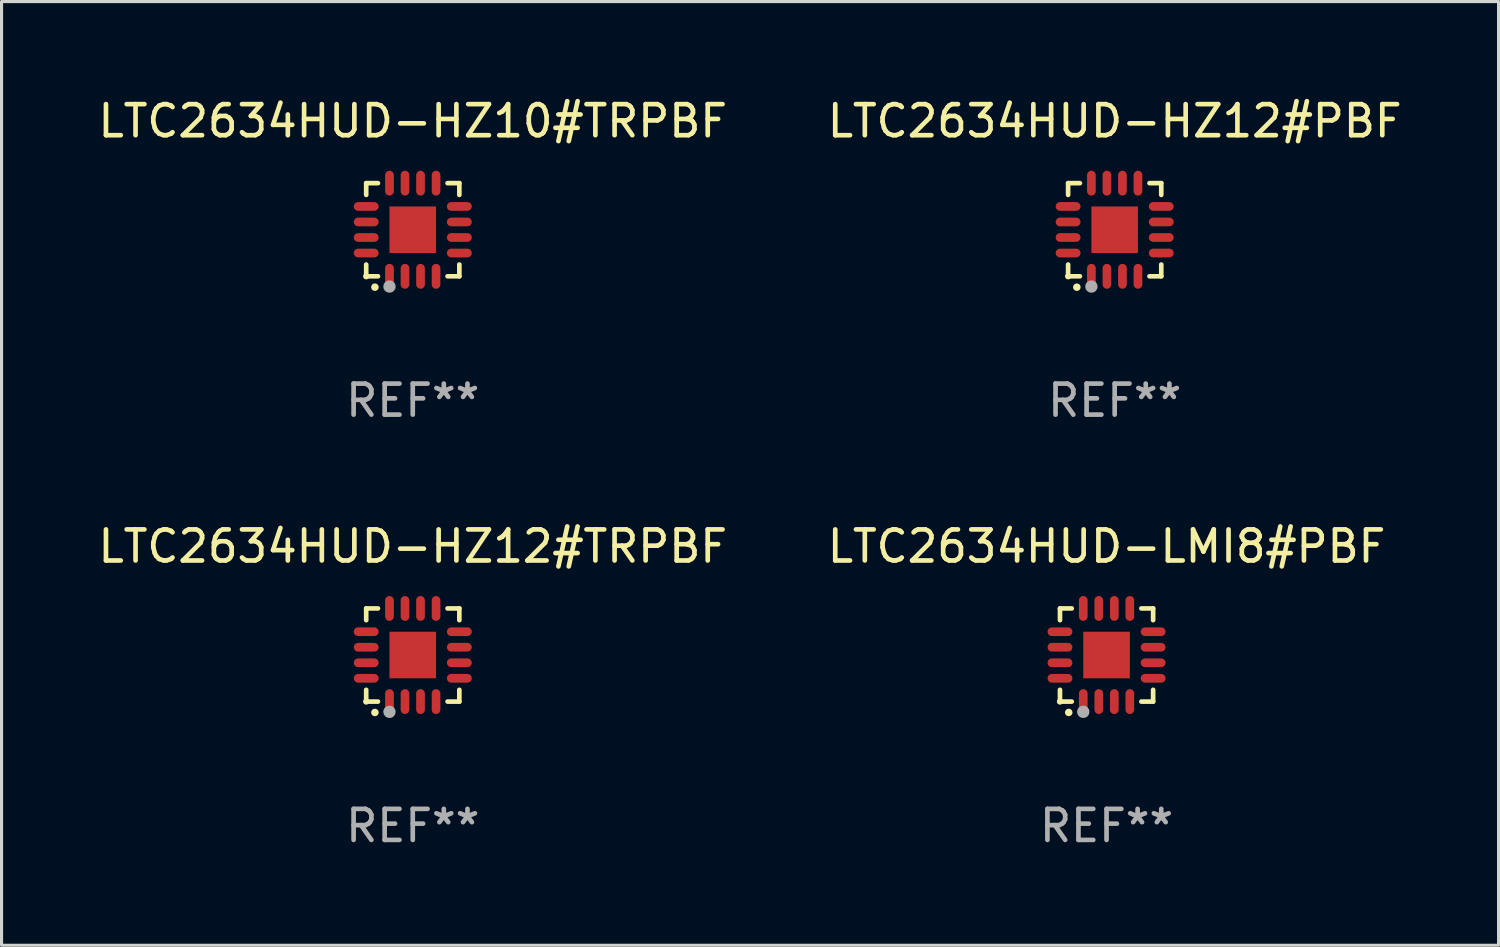
<source format=kicad_pcb>
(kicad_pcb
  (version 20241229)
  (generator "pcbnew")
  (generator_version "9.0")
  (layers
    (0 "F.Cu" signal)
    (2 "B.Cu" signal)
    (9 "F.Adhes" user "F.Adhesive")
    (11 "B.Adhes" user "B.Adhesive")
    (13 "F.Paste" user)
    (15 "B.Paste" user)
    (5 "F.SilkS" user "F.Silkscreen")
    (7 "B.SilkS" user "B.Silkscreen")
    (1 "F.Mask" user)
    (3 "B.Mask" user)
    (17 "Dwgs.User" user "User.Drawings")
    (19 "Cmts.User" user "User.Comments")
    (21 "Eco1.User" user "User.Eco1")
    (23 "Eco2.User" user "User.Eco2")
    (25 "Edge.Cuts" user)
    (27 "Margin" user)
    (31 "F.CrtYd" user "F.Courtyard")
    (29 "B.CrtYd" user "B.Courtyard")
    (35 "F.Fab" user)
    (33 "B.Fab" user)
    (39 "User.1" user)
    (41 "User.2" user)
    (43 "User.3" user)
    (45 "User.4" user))
  (footprint "LTC2634HUD-HZ10#TRPBF"
    (layer "F.Cu")
    (at 10.244 4.349)
    (property "Reference" "LTC2634HUD-HZ10#TRPBF" (at 0 -3.5 0) (layer "F.SilkS") (effects (font (size 1 1) (thickness 0.15))))
    (attr through_hole)
    (fp_line (start -1.5 -1.5) (end -1.121 -1.5) (stroke (width 0.15) (type solid)) (layer "F.SilkS"))
    (fp_line (start -1.5 -1.122) (end -1.5 -1.5) (stroke (width 0.15) (type solid)) (layer "F.SilkS"))
    (fp_line (start -1.5 1.5) (end -1.5 1.121) (stroke (width 0.15) (type solid)) (layer "F.SilkS"))
    (fp_line (start -1.121 1.5) (end -1.5 1.5) (stroke (width 0.15) (type solid)) (layer "F.SilkS"))
    (fp_line (start 1.121 -1.5) (end 1.5 -1.5) (stroke (width 0.15) (type solid)) (layer "F.SilkS"))
    (fp_line (start 1.5 -1.5) (end 1.5 -1.122) (stroke (width 0.15) (type solid)) (layer "F.SilkS"))
    (fp_line (start 1.5 1.121) (end 1.5 1.5) (stroke (width 0.15) (type solid)) (layer "F.SilkS"))
    (fp_line (start 1.5 1.5) (end 1.121 1.5) (stroke (width 0.15) (type solid)) (layer "F.SilkS"))
    (fp_arc (start -1.219926 1.850254) (mid -1.21891 1.85025) (end -1.217894 1.850254) (stroke (width 0.240005) (type solid)) (layer "F.SilkS"))
    (fp_circle (center -1.5 1.5) (end -1.45 1.5) (stroke (width 0.1) (type solid)) (fill no) (layer "F.SilkS"))
    (fp_circle (center -0.75 1.83) (end -0.65 1.83) (stroke (width 0.2) (type solid)) (fill no) (layer "F.Fab"))
    (fp_text user "REF**" (at 0 5.5 0) (layer "F.Fab") (effects (font (size 1 1) (thickness 0.15))))
    (pad "1" smd oval (at -0.75 1.5) (size 0.28 0.8) (layers "F.Cu" "F.Mask" "F.Paste"))
    (pad "2" smd oval (at -0.25 1.5) (size 0.28 0.8) (layers "F.Cu" "F.Mask" "F.Paste"))
    (pad "3" smd oval (at 0.25 1.5) (size 0.28 0.8) (layers "F.Cu" "F.Mask" "F.Paste"))
    (pad "4" smd oval (at 0.75 1.5) (size 0.28 0.8) (layers "F.Cu" "F.Mask" "F.Paste"))
    (pad "5" smd oval (at 1.5 0.75) (size 0.8 0.28) (layers "F.Cu" "F.Mask" "F.Paste"))
    (pad "6" smd oval (at 1.5 0.25) (size 0.8 0.28) (layers "F.Cu" "F.Mask" "F.Paste"))
    (pad "7" smd oval (at 1.5 -0.25) (size 0.8 0.28) (layers "F.Cu" "F.Mask" "F.Paste"))
    (pad "8" smd oval (at 1.5 -0.75) (size 0.8 0.28) (layers "F.Cu" "F.Mask" "F.Paste"))
    (pad "9" smd oval (at 0.75 -1.5) (size 0.28 0.8) (layers "F.Cu" "F.Mask" "F.Paste"))
    (pad "10" smd oval (at 0.25 -1.5) (size 0.28 0.8) (layers "F.Cu" "F.Mask" "F.Paste"))
    (pad "11" smd oval (at -0.25 -1.5) (size 0.28 0.8) (layers "F.Cu" "F.Mask" "F.Paste"))
    (pad "12" smd oval (at -0.75 -1.5) (size 0.28 0.8) (layers "F.Cu" "F.Mask" "F.Paste"))
    (pad "13" smd oval (at -1.5 -0.75) (size 0.8 0.28) (layers "F.Cu" "F.Mask" "F.Paste"))
    (pad "14" smd oval (at -1.5 -0.25) (size 0.8 0.28) (layers "F.Cu" "F.Mask" "F.Paste"))
    (pad "15" smd oval (at -1.5 0.25) (size 0.8 0.28) (layers "F.Cu" "F.Mask" "F.Paste"))
    (pad "16" smd oval (at -1.5 0.75) (size 0.8 0.28) (layers "F.Cu" "F.Mask" "F.Paste"))
    (pad "17" smd rect (at -0.000064 0.000165) (size 1.5 1.5) (layers "F.Cu" "F.Mask" "F.Paste")))
  (footprint "LTC2634HUD-HZ12#TRPBF"
    (layer "F.Cu")
    (at 10.244 18.046)
    (property "Reference" "LTC2634HUD-HZ12#TRPBF" (at 0 -3.5 0) (layer "F.SilkS") (effects (font (size 1 1) (thickness 0.15))))
    (attr through_hole)
    (fp_line (start -1.5 -1.5) (end -1.121 -1.5) (stroke (width 0.15) (type solid)) (layer "F.SilkS"))
    (fp_line (start -1.5 -1.122) (end -1.5 -1.5) (stroke (width 0.15) (type solid)) (layer "F.SilkS"))
    (fp_line (start -1.5 1.5) (end -1.5 1.121) (stroke (width 0.15) (type solid)) (layer "F.SilkS"))
    (fp_line (start -1.121 1.5) (end -1.5 1.5) (stroke (width 0.15) (type solid)) (layer "F.SilkS"))
    (fp_line (start 1.121 -1.5) (end 1.5 -1.5) (stroke (width 0.15) (type solid)) (layer "F.SilkS"))
    (fp_line (start 1.5 -1.5) (end 1.5 -1.122) (stroke (width 0.15) (type solid)) (layer "F.SilkS"))
    (fp_line (start 1.5 1.121) (end 1.5 1.5) (stroke (width 0.15) (type solid)) (layer "F.SilkS"))
    (fp_line (start 1.5 1.5) (end 1.121 1.5) (stroke (width 0.15) (type solid)) (layer "F.SilkS"))
    (fp_arc (start -1.219926 1.850254) (mid -1.21891 1.85025) (end -1.217894 1.850254) (stroke (width 0.240005) (type solid)) (layer "F.SilkS"))
    (fp_circle (center -1.5 1.5) (end -1.45 1.5) (stroke (width 0.1) (type solid)) (fill no) (layer "F.SilkS"))
    (fp_circle (center -0.75 1.83) (end -0.65 1.83) (stroke (width 0.2) (type solid)) (fill no) (layer "F.Fab"))
    (fp_text user "REF**" (at 0 5.5 0) (layer "F.Fab") (effects (font (size 1 1) (thickness 0.15))))
    (pad "1" smd oval (at -0.75 1.5) (size 0.28 0.8) (layers "F.Cu" "F.Mask" "F.Paste"))
    (pad "2" smd oval (at -0.25 1.5) (size 0.28 0.8) (layers "F.Cu" "F.Mask" "F.Paste"))
    (pad "3" smd oval (at 0.25 1.5) (size 0.28 0.8) (layers "F.Cu" "F.Mask" "F.Paste"))
    (pad "4" smd oval (at 0.75 1.5) (size 0.28 0.8) (layers "F.Cu" "F.Mask" "F.Paste"))
    (pad "5" smd oval (at 1.5 0.75) (size 0.8 0.28) (layers "F.Cu" "F.Mask" "F.Paste"))
    (pad "6" smd oval (at 1.5 0.25) (size 0.8 0.28) (layers "F.Cu" "F.Mask" "F.Paste"))
    (pad "7" smd oval (at 1.5 -0.25) (size 0.8 0.28) (layers "F.Cu" "F.Mask" "F.Paste"))
    (pad "8" smd oval (at 1.5 -0.75) (size 0.8 0.28) (layers "F.Cu" "F.Mask" "F.Paste"))
    (pad "9" smd oval (at 0.75 -1.5) (size 0.28 0.8) (layers "F.Cu" "F.Mask" "F.Paste"))
    (pad "10" smd oval (at 0.25 -1.5) (size 0.28 0.8) (layers "F.Cu" "F.Mask" "F.Paste"))
    (pad "11" smd oval (at -0.25 -1.5) (size 0.28 0.8) (layers "F.Cu" "F.Mask" "F.Paste"))
    (pad "12" smd oval (at -0.75 -1.5) (size 0.28 0.8) (layers "F.Cu" "F.Mask" "F.Paste"))
    (pad "13" smd oval (at -1.5 -0.75) (size 0.8 0.28) (layers "F.Cu" "F.Mask" "F.Paste"))
    (pad "14" smd oval (at -1.5 -0.25) (size 0.8 0.28) (layers "F.Cu" "F.Mask" "F.Paste"))
    (pad "15" smd oval (at -1.5 0.25) (size 0.8 0.28) (layers "F.Cu" "F.Mask" "F.Paste"))
    (pad "16" smd oval (at -1.5 0.75) (size 0.8 0.28) (layers "F.Cu" "F.Mask" "F.Paste"))
    (pad "17" smd rect (at -0.000064 0.000165) (size 1.5 1.5) (layers "F.Cu" "F.Mask" "F.Paste")))
  (footprint "LTC2634HUD-HZ12#PBF"
    (layer "F.Cu")
    (at 32.851 4.349)
    (property "Reference" "LTC2634HUD-HZ12#PBF" (at 0 -3.5 0) (layer "F.SilkS") (effects (font (size 1 1) (thickness 0.15))))
    (attr through_hole)
    (fp_line (start -1.5 -1.5) (end -1.121 -1.5) (stroke (width 0.15) (type solid)) (layer "F.SilkS"))
    (fp_line (start -1.5 -1.122) (end -1.5 -1.5) (stroke (width 0.15) (type solid)) (layer "F.SilkS"))
    (fp_line (start -1.5 1.5) (end -1.5 1.121) (stroke (width 0.15) (type solid)) (layer "F.SilkS"))
    (fp_line (start -1.121 1.5) (end -1.5 1.5) (stroke (width 0.15) (type solid)) (layer "F.SilkS"))
    (fp_line (start 1.121 -1.5) (end 1.5 -1.5) (stroke (width 0.15) (type solid)) (layer "F.SilkS"))
    (fp_line (start 1.5 -1.5) (end 1.5 -1.122) (stroke (width 0.15) (type solid)) (layer "F.SilkS"))
    (fp_line (start 1.5 1.121) (end 1.5 1.5) (stroke (width 0.15) (type solid)) (layer "F.SilkS"))
    (fp_line (start 1.5 1.5) (end 1.121 1.5) (stroke (width 0.15) (type solid)) (layer "F.SilkS"))
    (fp_arc (start -1.219926 1.850254) (mid -1.21891 1.85025) (end -1.217894 1.850254) (stroke (width 0.240005) (type solid)) (layer "F.SilkS"))
    (fp_circle (center -1.5 1.5) (end -1.45 1.5) (stroke (width 0.1) (type solid)) (fill no) (layer "F.SilkS"))
    (fp_circle (center -0.75 1.83) (end -0.65 1.83) (stroke (width 0.2) (type solid)) (fill no) (layer "F.Fab"))
    (fp_text user "REF**" (at 0 5.5 0) (layer "F.Fab") (effects (font (size 1 1) (thickness 0.15))))
    (pad "1" smd oval (at -0.75 1.5) (size 0.28 0.8) (layers "F.Cu" "F.Mask" "F.Paste"))
    (pad "2" smd oval (at -0.25 1.5) (size 0.28 0.8) (layers "F.Cu" "F.Mask" "F.Paste"))
    (pad "3" smd oval (at 0.25 1.5) (size 0.28 0.8) (layers "F.Cu" "F.Mask" "F.Paste"))
    (pad "4" smd oval (at 0.75 1.5) (size 0.28 0.8) (layers "F.Cu" "F.Mask" "F.Paste"))
    (pad "5" smd oval (at 1.5 0.75) (size 0.8 0.28) (layers "F.Cu" "F.Mask" "F.Paste"))
    (pad "6" smd oval (at 1.5 0.25) (size 0.8 0.28) (layers "F.Cu" "F.Mask" "F.Paste"))
    (pad "7" smd oval (at 1.5 -0.25) (size 0.8 0.28) (layers "F.Cu" "F.Mask" "F.Paste"))
    (pad "8" smd oval (at 1.5 -0.75) (size 0.8 0.28) (layers "F.Cu" "F.Mask" "F.Paste"))
    (pad "9" smd oval (at 0.75 -1.5) (size 0.28 0.8) (layers "F.Cu" "F.Mask" "F.Paste"))
    (pad "10" smd oval (at 0.25 -1.5) (size 0.28 0.8) (layers "F.Cu" "F.Mask" "F.Paste"))
    (pad "11" smd oval (at -0.25 -1.5) (size 0.28 0.8) (layers "F.Cu" "F.Mask" "F.Paste"))
    (pad "12" smd oval (at -0.75 -1.5) (size 0.28 0.8) (layers "F.Cu" "F.Mask" "F.Paste"))
    (pad "13" smd oval (at -1.5 -0.75) (size 0.8 0.28) (layers "F.Cu" "F.Mask" "F.Paste"))
    (pad "14" smd oval (at -1.5 -0.25) (size 0.8 0.28) (layers "F.Cu" "F.Mask" "F.Paste"))
    (pad "15" smd oval (at -1.5 0.25) (size 0.8 0.28) (layers "F.Cu" "F.Mask" "F.Paste"))
    (pad "16" smd oval (at -1.5 0.75) (size 0.8 0.28) (layers "F.Cu" "F.Mask" "F.Paste"))
    (pad "17" smd rect (at -0.000064 0.000165) (size 1.5 1.5) (layers "F.Cu" "F.Mask" "F.Paste")))
  (footprint "LTC2634HUD-LMI8#PBF"
    (layer "F.Cu")
    (at 32.589 18.046)
    (property "Reference" "LTC2634HUD-LMI8#PBF" (at 0 -3.5 0) (layer "F.SilkS") (effects (font (size 1 1) (thickness 0.15))))
    (attr through_hole)
    (fp_line (start -1.5 -1.5) (end -1.121 -1.5) (stroke (width 0.15) (type solid)) (layer "F.SilkS"))
    (fp_line (start -1.5 -1.122) (end -1.5 -1.5) (stroke (width 0.15) (type solid)) (layer "F.SilkS"))
    (fp_line (start -1.5 1.5) (end -1.5 1.121) (stroke (width 0.15) (type solid)) (layer "F.SilkS"))
    (fp_line (start -1.121 1.5) (end -1.5 1.5) (stroke (width 0.15) (type solid)) (layer "F.SilkS"))
    (fp_line (start 1.121 -1.5) (end 1.5 -1.5) (stroke (width 0.15) (type solid)) (layer "F.SilkS"))
    (fp_line (start 1.5 -1.5) (end 1.5 -1.122) (stroke (width 0.15) (type solid)) (layer "F.SilkS"))
    (fp_line (start 1.5 1.121) (end 1.5 1.5) (stroke (width 0.15) (type solid)) (layer "F.SilkS"))
    (fp_line (start 1.5 1.5) (end 1.121 1.5) (stroke (width 0.15) (type solid)) (layer "F.SilkS"))
    (fp_arc (start -1.219926 1.850254) (mid -1.21891 1.85025) (end -1.217894 1.850254) (stroke (width 0.240005) (type solid)) (layer "F.SilkS"))
    (fp_circle (center -1.5 1.5) (end -1.45 1.5) (stroke (width 0.1) (type solid)) (fill no) (layer "F.SilkS"))
    (fp_circle (center -0.75 1.83) (end -0.65 1.83) (stroke (width 0.2) (type solid)) (fill no) (layer "F.Fab"))
    (fp_text user "REF**" (at 0 5.5 0) (layer "F.Fab") (effects (font (size 1 1) (thickness 0.15))))
    (pad "1" smd oval (at -0.75 1.5) (size 0.28 0.8) (layers "F.Cu" "F.Mask" "F.Paste"))
    (pad "2" smd oval (at -0.25 1.5) (size 0.28 0.8) (layers "F.Cu" "F.Mask" "F.Paste"))
    (pad "3" smd oval (at 0.25 1.5) (size 0.28 0.8) (layers "F.Cu" "F.Mask" "F.Paste"))
    (pad "4" smd oval (at 0.75 1.5) (size 0.28 0.8) (layers "F.Cu" "F.Mask" "F.Paste"))
    (pad "5" smd oval (at 1.5 0.75) (size 0.8 0.28) (layers "F.Cu" "F.Mask" "F.Paste"))
    (pad "6" smd oval (at 1.5 0.25) (size 0.8 0.28) (layers "F.Cu" "F.Mask" "F.Paste"))
    (pad "7" smd oval (at 1.5 -0.25) (size 0.8 0.28) (layers "F.Cu" "F.Mask" "F.Paste"))
    (pad "8" smd oval (at 1.5 -0.75) (size 0.8 0.28) (layers "F.Cu" "F.Mask" "F.Paste"))
    (pad "9" smd oval (at 0.75 -1.5) (size 0.28 0.8) (layers "F.Cu" "F.Mask" "F.Paste"))
    (pad "10" smd oval (at 0.25 -1.5) (size 0.28 0.8) (layers "F.Cu" "F.Mask" "F.Paste"))
    (pad "11" smd oval (at -0.25 -1.5) (size 0.28 0.8) (layers "F.Cu" "F.Mask" "F.Paste"))
    (pad "12" smd oval (at -0.75 -1.5) (size 0.28 0.8) (layers "F.Cu" "F.Mask" "F.Paste"))
    (pad "13" smd oval (at -1.5 -0.75) (size 0.8 0.28) (layers "F.Cu" "F.Mask" "F.Paste"))
    (pad "14" smd oval (at -1.5 -0.25) (size 0.8 0.28) (layers "F.Cu" "F.Mask" "F.Paste"))
    (pad "15" smd oval (at -1.5 0.25) (size 0.8 0.28) (layers "F.Cu" "F.Mask" "F.Paste"))
    (pad "16" smd oval (at -1.5 0.75) (size 0.8 0.28) (layers "F.Cu" "F.Mask" "F.Paste"))
    (pad "17" smd rect (at -0.000064 0.000165) (size 1.5 1.5) (layers "F.Cu" "F.Mask" "F.Paste")))
  (gr_rect
    (start -3 -3)
    (end 45.214 27.394)
    (stroke (width 0.1) (type default))
    (fill no)
    (layer "Edge.Cuts")))
</source>
